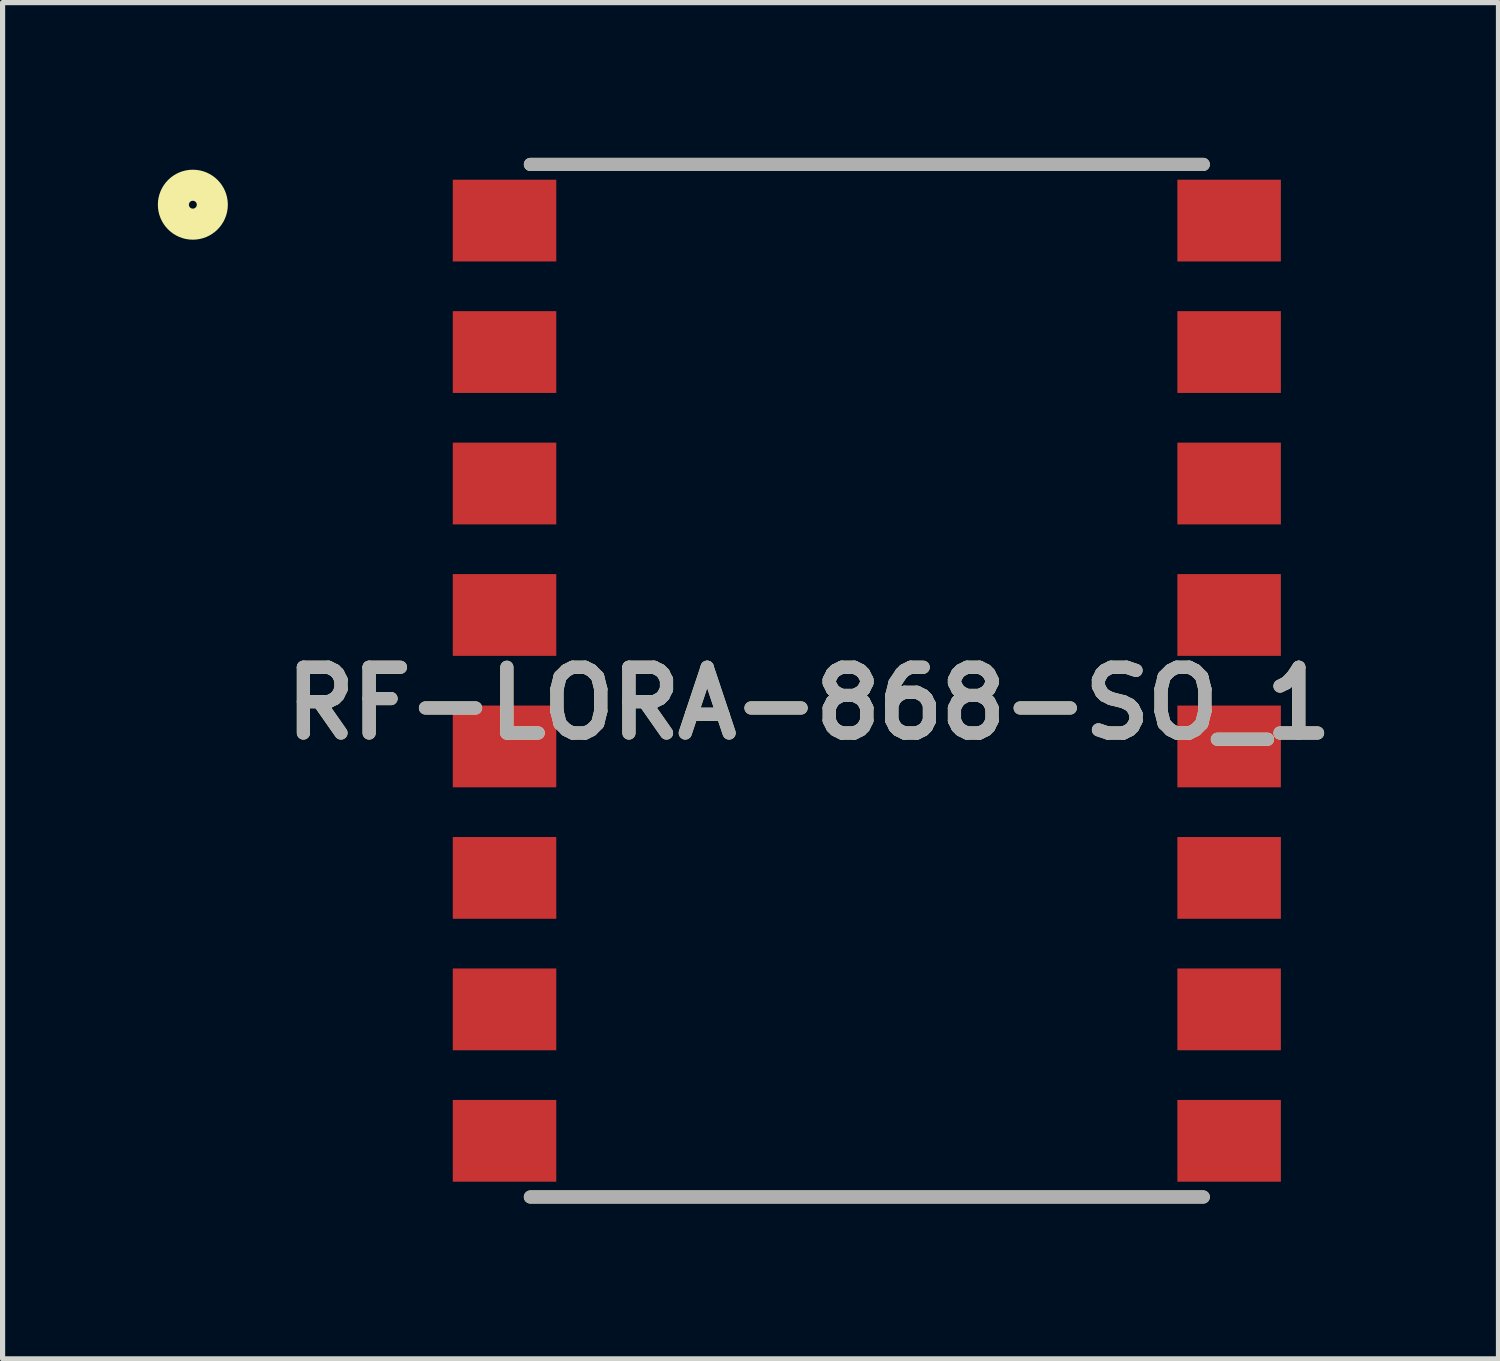
<source format=kicad_pcb>
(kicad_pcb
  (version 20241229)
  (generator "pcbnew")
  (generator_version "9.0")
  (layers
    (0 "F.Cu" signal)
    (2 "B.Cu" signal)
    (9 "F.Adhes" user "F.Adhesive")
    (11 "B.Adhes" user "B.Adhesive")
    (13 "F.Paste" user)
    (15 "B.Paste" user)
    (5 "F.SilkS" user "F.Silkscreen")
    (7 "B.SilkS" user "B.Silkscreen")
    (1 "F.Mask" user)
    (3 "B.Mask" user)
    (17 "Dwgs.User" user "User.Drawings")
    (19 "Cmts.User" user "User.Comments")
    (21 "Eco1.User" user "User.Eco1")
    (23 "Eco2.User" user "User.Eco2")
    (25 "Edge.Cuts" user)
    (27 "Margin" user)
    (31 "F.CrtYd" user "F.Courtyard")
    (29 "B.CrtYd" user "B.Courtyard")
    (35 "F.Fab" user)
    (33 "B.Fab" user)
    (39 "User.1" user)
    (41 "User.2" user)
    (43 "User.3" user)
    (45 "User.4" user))
  (footprint "RF-LORA-868-SO_1"
    (layer "F.Cu")
    (at 13.698 10.102)
    (property "Reference" "RF-LORA-868-SO_1" (at -1.119 0.436 0) (layer "F.SilkS") (effects (font (size 1.27 1.27) (thickness 0.254))))
    (attr smd)
    (fp_line (start -6.5 -9.975) (end 6.5 -9.975) (stroke (width 0.254) (type solid)) (layer "F.SilkS"))
    (fp_line (start -6.5 9.975) (end 6.5 9.975) (stroke (width 0.254) (type solid)) (layer "F.SilkS"))
    (fp_circle (center -13.022 -9.197) (end -13.022 -8.821) (stroke (width 0.6) (type solid)) (fill no) (layer "F.SilkS"))
    (fp_line (start -6.5 -9.975) (end 6.5 -9.975) (stroke (width 0.254) (type solid)) (layer "F.Fab"))
    (fp_line (start -6.5 9.975) (end 6.5 9.975) (stroke (width 0.254) (type solid)) (layer "F.Fab"))
    (fp_text user "${REFERENCE}" (at -1.119 0.436 0) (layer "F.Fab") (effects (font (size 1.27 1.27) (thickness 0.254))))
    (pad "1" smd rect (at -7 -8.89 90) (size 1.58 2) (layers "F.Cu" "F.Mask" "F.Paste"))
    (pad "2" smd rect (at -7 -6.35 90) (size 1.58 2) (layers "F.Cu" "F.Mask" "F.Paste"))
    (pad "3" smd rect (at -7 -3.81 90) (size 1.58 2) (layers "F.Cu" "F.Mask" "F.Paste"))
    (pad "4" smd rect (at -7 -1.27 90) (size 1.58 2) (layers "F.Cu" "F.Mask" "F.Paste"))
    (pad "5" smd rect (at -7 1.27 90) (size 1.58 2) (layers "F.Cu" "F.Mask" "F.Paste"))
    (pad "6" smd rect (at -7 3.81 90) (size 1.58 2) (layers "F.Cu" "F.Mask" "F.Paste"))
    (pad "7" smd rect (at -7 6.35 90) (size 1.58 2) (layers "F.Cu" "F.Mask" "F.Paste"))
    (pad "8" smd rect (at -7 8.89 90) (size 1.58 2) (layers "F.Cu" "F.Mask" "F.Paste"))
    (pad "9" smd rect (at 7 8.89 90) (size 1.58 2) (layers "F.Cu" "F.Mask" "F.Paste"))
    (pad "10" smd rect (at 7 6.35 90) (size 1.58 2) (layers "F.Cu" "F.Mask" "F.Paste"))
    (pad "11" smd rect (at 7 3.81 90) (size 1.58 2) (layers "F.Cu" "F.Mask" "F.Paste"))
    (pad "12" smd rect (at 7 1.27 90) (size 1.58 2) (layers "F.Cu" "F.Mask" "F.Paste"))
    (pad "13" smd rect (at 7 -1.27 90) (size 1.58 2) (layers "F.Cu" "F.Mask" "F.Paste"))
    (pad "14" smd rect (at 7 -3.81 90) (size 1.58 2) (layers "F.Cu" "F.Mask" "F.Paste"))
    (pad "15" smd rect (at 7 -6.35 90) (size 1.58 2) (layers "F.Cu" "F.Mask" "F.Paste"))
    (pad "16" smd rect (at 7 -8.89 90) (size 1.58 2) (layers "F.Cu" "F.Mask" "F.Paste")))
  (gr_rect
    (start -3 -3)
    (end 25.902 23.204)
    (stroke (width 0.1) (type default))
    (fill no)
    (layer "Edge.Cuts")))
</source>
